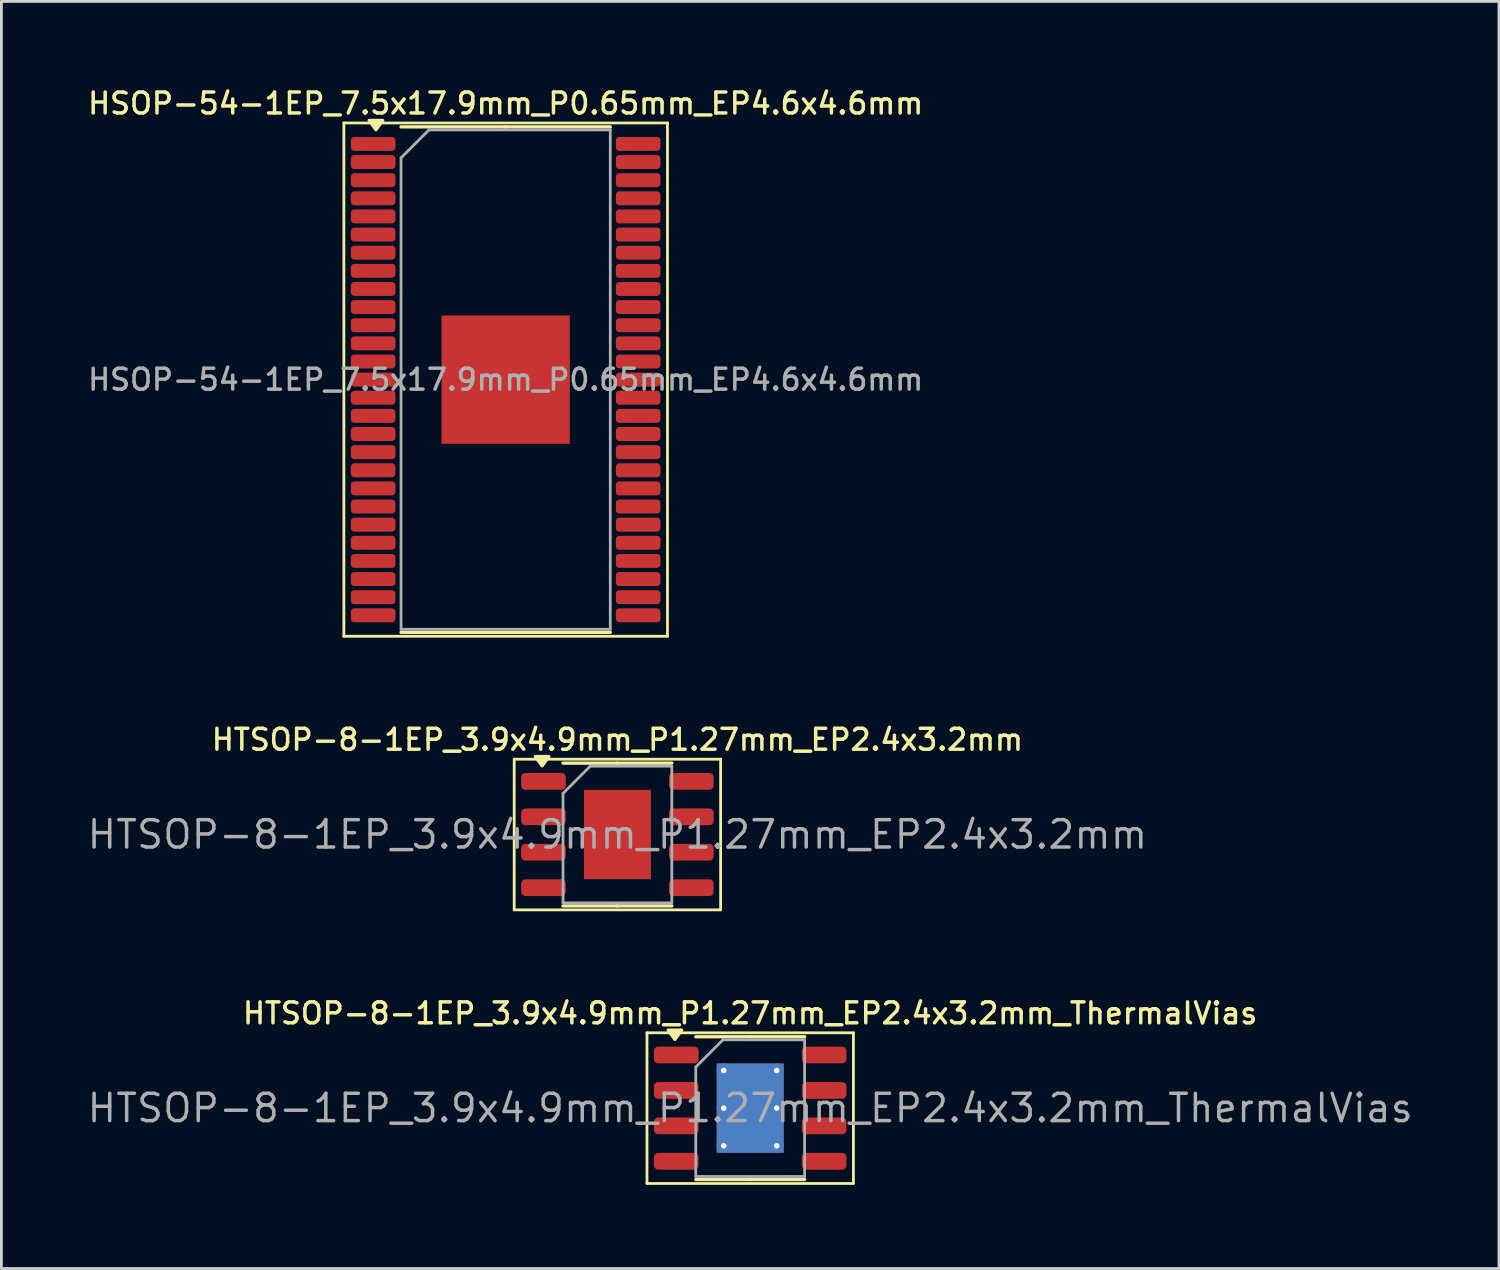
<source format=kicad_pcb>
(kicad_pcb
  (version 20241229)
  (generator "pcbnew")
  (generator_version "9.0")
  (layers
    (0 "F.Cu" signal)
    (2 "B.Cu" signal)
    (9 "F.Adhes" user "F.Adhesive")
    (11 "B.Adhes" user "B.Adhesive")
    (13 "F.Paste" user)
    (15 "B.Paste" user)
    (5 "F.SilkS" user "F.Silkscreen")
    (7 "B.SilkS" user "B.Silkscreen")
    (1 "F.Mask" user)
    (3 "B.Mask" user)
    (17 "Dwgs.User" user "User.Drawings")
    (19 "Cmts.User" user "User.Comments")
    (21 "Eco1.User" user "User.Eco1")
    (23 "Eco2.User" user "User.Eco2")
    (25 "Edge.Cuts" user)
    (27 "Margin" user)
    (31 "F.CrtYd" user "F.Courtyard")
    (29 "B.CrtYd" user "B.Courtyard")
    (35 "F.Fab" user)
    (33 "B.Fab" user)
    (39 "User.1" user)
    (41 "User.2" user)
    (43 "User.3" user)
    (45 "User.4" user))
  (footprint "HTSOP-8-1EP_3.9x4.9mm_P1.27mm_EP2.4x3.2mm"
    (layer "F.Cu")
    (at 19.083 26.866)
    (property "Reference" "HTSOP-8-1EP_3.9x4.9mm_P1.27mm_EP2.4x3.2mm" (at 0 -3.4 0) (layer "F.SilkS") (effects (font (size 0.75 0.75) (thickness 0.125))))
    (attr smd)
    (fp_line (start -3.7 -2.7) (end -3.7 2.7) (stroke (width 0.1) (type solid)) (layer "F.SilkS"))
    (fp_line (start -3.7 2.7) (end 3.7 2.7) (stroke (width 0.1) (type solid)) (layer "F.SilkS"))
    (fp_line (start 0 -2.56) (end -1.95 -2.56) (stroke (width 0.12) (type solid)) (layer "F.SilkS"))
    (fp_line (start 0 -2.56) (end 1.95 -2.56) (stroke (width 0.12) (type solid)) (layer "F.SilkS"))
    (fp_line (start 0 2.56) (end -1.95 2.56) (stroke (width 0.12) (type solid)) (layer "F.SilkS"))
    (fp_line (start 0 2.56) (end 1.95 2.56) (stroke (width 0.12) (type solid)) (layer "F.SilkS"))
    (fp_line (start 3.7 -2.7) (end -3.7 -2.7) (stroke (width 0.1) (type solid)) (layer "F.SilkS"))
    (fp_line (start 3.7 2.7) (end 3.7 -2.7) (stroke (width 0.1) (type solid)) (layer "F.SilkS"))
    (fp_poly (pts (xy -2.7 -2.465) (xy -2.94 -2.795) (xy -2.46 -2.795) (xy -2.7 -2.465)) (stroke (width 0.12) (type solid)) (fill yes) (layer "F.SilkS"))
    (fp_line (start -1.95 -1.475) (end -0.975 -2.45) (stroke (width 0.1) (type solid)) (layer "F.Fab"))
    (fp_line (start -1.95 2.45) (end -1.95 -1.475) (stroke (width 0.1) (type solid)) (layer "F.Fab"))
    (fp_line (start -0.975 -2.45) (end 1.95 -2.45) (stroke (width 0.1) (type solid)) (layer "F.Fab"))
    (fp_line (start 1.95 -2.45) (end 1.95 2.45) (stroke (width 0.1) (type solid)) (layer "F.Fab"))
    (fp_line (start 1.95 2.45) (end -1.95 2.45) (stroke (width 0.1) (type solid)) (layer "F.Fab"))
    (fp_text user "${REFERENCE}" (at 0 0 0) (layer "F.Fab") (effects (font (size 0.98 0.98) (thickness 0.125))))
    (pad "" smd roundrect (at -0.6 -0.8) (size 0.97 1.29) (layers "F.Paste") (roundrect_rratio 0.25))
    (pad "" smd roundrect (at -0.6 0.8) (size 0.97 1.29) (layers "F.Paste") (roundrect_rratio 0.25))
    (pad "" smd roundrect (at 0.6 -0.8) (size 0.97 1.29) (layers "F.Paste") (roundrect_rratio 0.25))
    (pad "" smd roundrect (at 0.6 0.8) (size 0.97 1.29) (layers "F.Paste") (roundrect_rratio 0.25))
    (pad "1" smd roundrect (at -2.65 -1.905) (size 1.6 0.6) (layers "F.Cu" "F.Mask" "F.Paste") (roundrect_rratio 0.25))
    (pad "2" smd roundrect (at -2.65 -0.635) (size 1.6 0.6) (layers "F.Cu" "F.Mask" "F.Paste") (roundrect_rratio 0.25))
    (pad "3" smd roundrect (at -2.65 0.635) (size 1.6 0.6) (layers "F.Cu" "F.Mask" "F.Paste") (roundrect_rratio 0.25))
    (pad "4" smd roundrect (at -2.65 1.905) (size 1.6 0.6) (layers "F.Cu" "F.Mask" "F.Paste") (roundrect_rratio 0.25))
    (pad "5" smd roundrect (at 2.65 1.905) (size 1.6 0.6) (layers "F.Cu" "F.Mask" "F.Paste") (roundrect_rratio 0.25))
    (pad "6" smd roundrect (at 2.65 0.635) (size 1.6 0.6) (layers "F.Cu" "F.Mask" "F.Paste") (roundrect_rratio 0.25))
    (pad "7" smd roundrect (at 2.65 -0.635) (size 1.6 0.6) (layers "F.Cu" "F.Mask" "F.Paste") (roundrect_rratio 0.25))
    (pad "8" smd roundrect (at 2.65 -1.905) (size 1.6 0.6) (layers "F.Cu" "F.Mask" "F.Paste") (roundrect_rratio 0.25))
    (pad "9" smd rect (at 0 0) (size 2.4 3.2) (property pad_prop_heatsink) (layers "F.Cu" "F.Mask")))
  (footprint "HSOP-54-1EP_7.5x17.9mm_P0.65mm_EP4.6x4.6mm"
    (layer "F.Cu")
    (at 15.077 10.558)
    (property "Reference" "HSOP-54-1EP_7.5x17.9mm_P0.65mm_EP4.6x4.6mm" (at 0 -9.9 0) (layer "F.SilkS") (effects (font (size 0.75 0.75) (thickness 0.125))))
    (attr smd)
    (fp_line (start -5.8 -9.2) (end -5.8 9.2) (stroke (width 0.1) (type solid)) (layer "F.SilkS"))
    (fp_line (start -5.8 9.2) (end 5.8 9.2) (stroke (width 0.1) (type solid)) (layer "F.SilkS"))
    (fp_line (start 0 -9.06) (end -3.75 -9.06) (stroke (width 0.12) (type solid)) (layer "F.SilkS"))
    (fp_line (start 0 -9.06) (end 3.75 -9.06) (stroke (width 0.12) (type solid)) (layer "F.SilkS"))
    (fp_line (start 0 9.06) (end -3.75 9.06) (stroke (width 0.12) (type solid)) (layer "F.SilkS"))
    (fp_line (start 0 9.06) (end 3.75 9.06) (stroke (width 0.12) (type solid)) (layer "F.SilkS"))
    (fp_line (start 5.8 -9.2) (end -5.8 -9.2) (stroke (width 0.1) (type solid)) (layer "F.SilkS"))
    (fp_line (start 5.8 9.2) (end 5.8 -9.2) (stroke (width 0.1) (type solid)) (layer "F.SilkS"))
    (fp_poly (pts (xy -4.65 -8.96) (xy -4.89 -9.29) (xy -4.41 -9.29) (xy -4.65 -8.96)) (stroke (width 0.12) (type solid)) (fill yes) (layer "F.SilkS"))
    (fp_line (start -3.75 -7.95) (end -2.75 -8.95) (stroke (width 0.1) (type solid)) (layer "F.Fab"))
    (fp_line (start -3.75 8.95) (end -3.75 -7.95) (stroke (width 0.1) (type solid)) (layer "F.Fab"))
    (fp_line (start -2.75 -8.95) (end 3.75 -8.95) (stroke (width 0.1) (type solid)) (layer "F.Fab"))
    (fp_line (start 3.75 -8.95) (end 3.75 8.95) (stroke (width 0.1) (type solid)) (layer "F.Fab"))
    (fp_line (start 3.75 8.95) (end -3.75 8.95) (stroke (width 0.1) (type solid)) (layer "F.Fab"))
    (fp_text user "${REFERENCE}" (at 0 0 0) (layer "F.Fab") (effects (font (size 0.75 0.75) (thickness 0.125))))
    (pad "" smd roundrect (at -1.15 -1.15) (size 1.85 1.85) (layers "F.Paste") (roundrect_rratio 0.135))
    (pad "" smd roundrect (at -1.15 1.15) (size 1.85 1.85) (layers "F.Paste") (roundrect_rratio 0.135))
    (pad "" smd roundrect (at 1.15 -1.15) (size 1.85 1.85) (layers "F.Paste") (roundrect_rratio 0.135))
    (pad "" smd roundrect (at 1.15 1.15) (size 1.85 1.85) (layers "F.Paste") (roundrect_rratio 0.135))
    (pad "1" smd roundrect (at -4.75 -8.45) (size 1.6 0.5) (layers "F.Cu" "F.Mask" "F.Paste") (roundrect_rratio 0.25))
    (pad "2" smd roundrect (at -4.75 -7.8) (size 1.6 0.5) (layers "F.Cu" "F.Mask" "F.Paste") (roundrect_rratio 0.25))
    (pad "3" smd roundrect (at -4.75 -7.15) (size 1.6 0.5) (layers "F.Cu" "F.Mask" "F.Paste") (roundrect_rratio 0.25))
    (pad "4" smd roundrect (at -4.75 -6.5) (size 1.6 0.5) (layers "F.Cu" "F.Mask" "F.Paste") (roundrect_rratio 0.25))
    (pad "5" smd roundrect (at -4.75 -5.85) (size 1.6 0.5) (layers "F.Cu" "F.Mask" "F.Paste") (roundrect_rratio 0.25))
    (pad "6" smd roundrect (at -4.75 -5.2) (size 1.6 0.5) (layers "F.Cu" "F.Mask" "F.Paste") (roundrect_rratio 0.25))
    (pad "7" smd roundrect (at -4.75 -4.55) (size 1.6 0.5) (layers "F.Cu" "F.Mask" "F.Paste") (roundrect_rratio 0.25))
    (pad "8" smd roundrect (at -4.75 -3.9) (size 1.6 0.5) (layers "F.Cu" "F.Mask" "F.Paste") (roundrect_rratio 0.25))
    (pad "9" smd roundrect (at -4.75 -3.25) (size 1.6 0.5) (layers "F.Cu" "F.Mask" "F.Paste") (roundrect_rratio 0.25))
    (pad "10" smd roundrect (at -4.75 -2.6) (size 1.6 0.5) (layers "F.Cu" "F.Mask" "F.Paste") (roundrect_rratio 0.25))
    (pad "11" smd roundrect (at -4.75 -1.95) (size 1.6 0.5) (layers "F.Cu" "F.Mask" "F.Paste") (roundrect_rratio 0.25))
    (pad "12" smd roundrect (at -4.75 -1.3) (size 1.6 0.5) (layers "F.Cu" "F.Mask" "F.Paste") (roundrect_rratio 0.25))
    (pad "13" smd roundrect (at -4.75 -0.65) (size 1.6 0.5) (layers "F.Cu" "F.Mask" "F.Paste") (roundrect_rratio 0.25))
    (pad "14" smd roundrect (at -4.75 0) (size 1.6 0.5) (layers "F.Cu" "F.Mask" "F.Paste") (roundrect_rratio 0.25))
    (pad "15" smd roundrect (at -4.75 0.65) (size 1.6 0.5) (layers "F.Cu" "F.Mask" "F.Paste") (roundrect_rratio 0.25))
    (pad "16" smd roundrect (at -4.75 1.3) (size 1.6 0.5) (layers "F.Cu" "F.Mask" "F.Paste") (roundrect_rratio 0.25))
    (pad "17" smd roundrect (at -4.75 1.95) (size 1.6 0.5) (layers "F.Cu" "F.Mask" "F.Paste") (roundrect_rratio 0.25))
    (pad "18" smd roundrect (at -4.75 2.6) (size 1.6 0.5) (layers "F.Cu" "F.Mask" "F.Paste") (roundrect_rratio 0.25))
    (pad "19" smd roundrect (at -4.75 3.25) (size 1.6 0.5) (layers "F.Cu" "F.Mask" "F.Paste") (roundrect_rratio 0.25))
    (pad "20" smd roundrect (at -4.75 3.9) (size 1.6 0.5) (layers "F.Cu" "F.Mask" "F.Paste") (roundrect_rratio 0.25))
    (pad "21" smd roundrect (at -4.75 4.55) (size 1.6 0.5) (layers "F.Cu" "F.Mask" "F.Paste") (roundrect_rratio 0.25))
    (pad "22" smd roundrect (at -4.75 5.2) (size 1.6 0.5) (layers "F.Cu" "F.Mask" "F.Paste") (roundrect_rratio 0.25))
    (pad "23" smd roundrect (at -4.75 5.85) (size 1.6 0.5) (layers "F.Cu" "F.Mask" "F.Paste") (roundrect_rratio 0.25))
    (pad "24" smd roundrect (at -4.75 6.5) (size 1.6 0.5) (layers "F.Cu" "F.Mask" "F.Paste") (roundrect_rratio 0.25))
    (pad "25" smd roundrect (at -4.75 7.15) (size 1.6 0.5) (layers "F.Cu" "F.Mask" "F.Paste") (roundrect_rratio 0.25))
    (pad "26" smd roundrect (at -4.75 7.8) (size 1.6 0.5) (layers "F.Cu" "F.Mask" "F.Paste") (roundrect_rratio 0.25))
    (pad "27" smd roundrect (at -4.75 8.45) (size 1.6 0.5) (layers "F.Cu" "F.Mask" "F.Paste") (roundrect_rratio 0.25))
    (pad "28" smd roundrect (at 4.75 8.45) (size 1.6 0.5) (layers "F.Cu" "F.Mask" "F.Paste") (roundrect_rratio 0.25))
    (pad "29" smd roundrect (at 4.75 7.8) (size 1.6 0.5) (layers "F.Cu" "F.Mask" "F.Paste") (roundrect_rratio 0.25))
    (pad "30" smd roundrect (at 4.75 7.15) (size 1.6 0.5) (layers "F.Cu" "F.Mask" "F.Paste") (roundrect_rratio 0.25))
    (pad "31" smd roundrect (at 4.75 6.5) (size 1.6 0.5) (layers "F.Cu" "F.Mask" "F.Paste") (roundrect_rratio 0.25))
    (pad "32" smd roundrect (at 4.75 5.85) (size 1.6 0.5) (layers "F.Cu" "F.Mask" "F.Paste") (roundrect_rratio 0.25))
    (pad "33" smd roundrect (at 4.75 5.2) (size 1.6 0.5) (layers "F.Cu" "F.Mask" "F.Paste") (roundrect_rratio 0.25))
    (pad "34" smd roundrect (at 4.75 4.55) (size 1.6 0.5) (layers "F.Cu" "F.Mask" "F.Paste") (roundrect_rratio 0.25))
    (pad "35" smd roundrect (at 4.75 3.9) (size 1.6 0.5) (layers "F.Cu" "F.Mask" "F.Paste") (roundrect_rratio 0.25))
    (pad "36" smd roundrect (at 4.75 3.25) (size 1.6 0.5) (layers "F.Cu" "F.Mask" "F.Paste") (roundrect_rratio 0.25))
    (pad "37" smd roundrect (at 4.75 2.6) (size 1.6 0.5) (layers "F.Cu" "F.Mask" "F.Paste") (roundrect_rratio 0.25))
    (pad "38" smd roundrect (at 4.75 1.95) (size 1.6 0.5) (layers "F.Cu" "F.Mask" "F.Paste") (roundrect_rratio 0.25))
    (pad "39" smd roundrect (at 4.75 1.3) (size 1.6 0.5) (layers "F.Cu" "F.Mask" "F.Paste") (roundrect_rratio 0.25))
    (pad "40" smd roundrect (at 4.75 0.65) (size 1.6 0.5) (layers "F.Cu" "F.Mask" "F.Paste") (roundrect_rratio 0.25))
    (pad "41" smd roundrect (at 4.75 0) (size 1.6 0.5) (layers "F.Cu" "F.Mask" "F.Paste") (roundrect_rratio 0.25))
    (pad "42" smd roundrect (at 4.75 -0.65) (size 1.6 0.5) (layers "F.Cu" "F.Mask" "F.Paste") (roundrect_rratio 0.25))
    (pad "43" smd roundrect (at 4.75 -1.3) (size 1.6 0.5) (layers "F.Cu" "F.Mask" "F.Paste") (roundrect_rratio 0.25))
    (pad "44" smd roundrect (at 4.75 -1.95) (size 1.6 0.5) (layers "F.Cu" "F.Mask" "F.Paste") (roundrect_rratio 0.25))
    (pad "45" smd roundrect (at 4.75 -2.6) (size 1.6 0.5) (layers "F.Cu" "F.Mask" "F.Paste") (roundrect_rratio 0.25))
    (pad "46" smd roundrect (at 4.75 -3.25) (size 1.6 0.5) (layers "F.Cu" "F.Mask" "F.Paste") (roundrect_rratio 0.25))
    (pad "47" smd roundrect (at 4.75 -3.9) (size 1.6 0.5) (layers "F.Cu" "F.Mask" "F.Paste") (roundrect_rratio 0.25))
    (pad "48" smd roundrect (at 4.75 -4.55) (size 1.6 0.5) (layers "F.Cu" "F.Mask" "F.Paste") (roundrect_rratio 0.25))
    (pad "49" smd roundrect (at 4.75 -5.2) (size 1.6 0.5) (layers "F.Cu" "F.Mask" "F.Paste") (roundrect_rratio 0.25))
    (pad "50" smd roundrect (at 4.75 -5.85) (size 1.6 0.5) (layers "F.Cu" "F.Mask" "F.Paste") (roundrect_rratio 0.25))
    (pad "51" smd roundrect (at 4.75 -6.5) (size 1.6 0.5) (layers "F.Cu" "F.Mask" "F.Paste") (roundrect_rratio 0.25))
    (pad "52" smd roundrect (at 4.75 -7.15) (size 1.6 0.5) (layers "F.Cu" "F.Mask" "F.Paste") (roundrect_rratio 0.25))
    (pad "53" smd roundrect (at 4.75 -7.8) (size 1.6 0.5) (layers "F.Cu" "F.Mask" "F.Paste") (roundrect_rratio 0.25))
    (pad "54" smd roundrect (at 4.75 -8.45) (size 1.6 0.5) (layers "F.Cu" "F.Mask" "F.Paste") (roundrect_rratio 0.25))
    (pad "55" smd rect (at 0 0) (size 4.6 4.6) (property pad_prop_heatsink) (layers "F.Cu" "F.Mask")))
  (footprint "HTSOP-8-1EP_3.9x4.9mm_P1.27mm_EP2.4x3.2mm_ThermalVias"
    (layer "F.Cu")
    (at 23.843 36.674)
    (property "Reference" "HTSOP-8-1EP_3.9x4.9mm_P1.27mm_EP2.4x3.2mm_ThermalVias" (at 0 -3.4 0) (layer "F.SilkS") (effects (font (size 0.75 0.75) (thickness 0.125))))
    (attr smd)
    (fp_line (start -3.7 -2.7) (end -3.7 2.7) (stroke (width 0.1) (type solid)) (layer "F.SilkS"))
    (fp_line (start -3.7 2.7) (end 3.7 2.7) (stroke (width 0.1) (type solid)) (layer "F.SilkS"))
    (fp_line (start 0 -2.56) (end -1.95 -2.56) (stroke (width 0.12) (type solid)) (layer "F.SilkS"))
    (fp_line (start 0 -2.56) (end 1.95 -2.56) (stroke (width 0.12) (type solid)) (layer "F.SilkS"))
    (fp_line (start 0 2.56) (end -1.95 2.56) (stroke (width 0.12) (type solid)) (layer "F.SilkS"))
    (fp_line (start 0 2.56) (end 1.95 2.56) (stroke (width 0.12) (type solid)) (layer "F.SilkS"))
    (fp_line (start 3.7 -2.7) (end -3.7 -2.7) (stroke (width 0.1) (type solid)) (layer "F.SilkS"))
    (fp_line (start 3.7 2.7) (end 3.7 -2.7) (stroke (width 0.1) (type solid)) (layer "F.SilkS"))
    (fp_poly (pts (xy -2.7 -2.465) (xy -2.94 -2.795) (xy -2.46 -2.795) (xy -2.7 -2.465)) (stroke (width 0.12) (type solid)) (fill yes) (layer "F.SilkS"))
    (fp_line (start -1.95 -1.475) (end -0.975 -2.45) (stroke (width 0.1) (type solid)) (layer "F.Fab"))
    (fp_line (start -1.95 2.45) (end -1.95 -1.475) (stroke (width 0.1) (type solid)) (layer "F.Fab"))
    (fp_line (start -0.975 -2.45) (end 1.95 -2.45) (stroke (width 0.1) (type solid)) (layer "F.Fab"))
    (fp_line (start 1.95 -2.45) (end 1.95 2.45) (stroke (width 0.1) (type solid)) (layer "F.Fab"))
    (fp_line (start 1.95 2.45) (end -1.95 2.45) (stroke (width 0.1) (type solid)) (layer "F.Fab"))
    (fp_text user "${REFERENCE}" (at 0 0 0) (layer "F.Fab") (effects (font (size 0.98 0.98) (thickness 0.125))))
    (pad "" smd roundrect (at -0.6 -0.8) (size 0.97 1.29) (layers "F.Paste") (roundrect_rratio 0.25))
    (pad "" smd roundrect (at -0.6 0.8) (size 0.97 1.29) (layers "F.Paste") (roundrect_rratio 0.25))
    (pad "" smd roundrect (at 0.6 -0.8) (size 0.97 1.29) (layers "F.Paste") (roundrect_rratio 0.25))
    (pad "" smd roundrect (at 0.6 0.8) (size 0.97 1.29) (layers "F.Paste") (roundrect_rratio 0.25))
    (pad "1" smd roundrect (at -2.65 -1.905) (size 1.6 0.6) (layers "F.Cu" "F.Mask" "F.Paste") (roundrect_rratio 0.25))
    (pad "2" smd roundrect (at -2.65 -0.635) (size 1.6 0.6) (layers "F.Cu" "F.Mask" "F.Paste") (roundrect_rratio 0.25))
    (pad "3" smd roundrect (at -2.65 0.635) (size 1.6 0.6) (layers "F.Cu" "F.Mask" "F.Paste") (roundrect_rratio 0.25))
    (pad "4" smd roundrect (at -2.65 1.905) (size 1.6 0.6) (layers "F.Cu" "F.Mask" "F.Paste") (roundrect_rratio 0.25))
    (pad "5" smd roundrect (at 2.65 1.905) (size 1.6 0.6) (layers "F.Cu" "F.Mask" "F.Paste") (roundrect_rratio 0.25))
    (pad "6" smd roundrect (at 2.65 0.635) (size 1.6 0.6) (layers "F.Cu" "F.Mask" "F.Paste") (roundrect_rratio 0.25))
    (pad "7" smd roundrect (at 2.65 -0.635) (size 1.6 0.6) (layers "F.Cu" "F.Mask" "F.Paste") (roundrect_rratio 0.25))
    (pad "8" smd roundrect (at 2.65 -1.905) (size 1.6 0.6) (layers "F.Cu" "F.Mask" "F.Paste") (roundrect_rratio 0.25))
    (pad "9" thru_hole circle (at -0.95 -1.35) (size 0.5 0.5) (drill 0.2) (property pad_prop_heatsink) (layers "*.Cu"))
    (pad "9" thru_hole circle (at -0.95 0) (size 0.5 0.5) (drill 0.2) (property pad_prop_heatsink) (layers "*.Cu"))
    (pad "9" thru_hole circle (at -0.95 1.35) (size 0.5 0.5) (drill 0.2) (property pad_prop_heatsink) (layers "*.Cu"))
    (pad "9" smd rect (at 0 0) (size 2.4 3.2) (property pad_prop_heatsink) (layers "F.Cu" "F.Mask"))
    (pad "9" smd rect (at 0 0) (size 2.4 3.2) (property pad_prop_heatsink) (layers "B.Cu"))
    (pad "9" thru_hole circle (at 0.95 -1.35) (size 0.5 0.5) (drill 0.2) (property pad_prop_heatsink) (layers "*.Cu"))
    (pad "9" thru_hole circle (at 0.95 0) (size 0.5 0.5) (drill 0.2) (property pad_prop_heatsink) (layers "*.Cu"))
    (pad "9" thru_hole circle (at 0.95 1.35) (size 0.5 0.5) (drill 0.2) (property pad_prop_heatsink) (layers "*.Cu")))
  (gr_rect
    (start -3 -3)
    (end 50.686 42.424)
    (stroke (width 0.1) (type default))
    (fill no)
    (layer "Edge.Cuts")))
</source>
